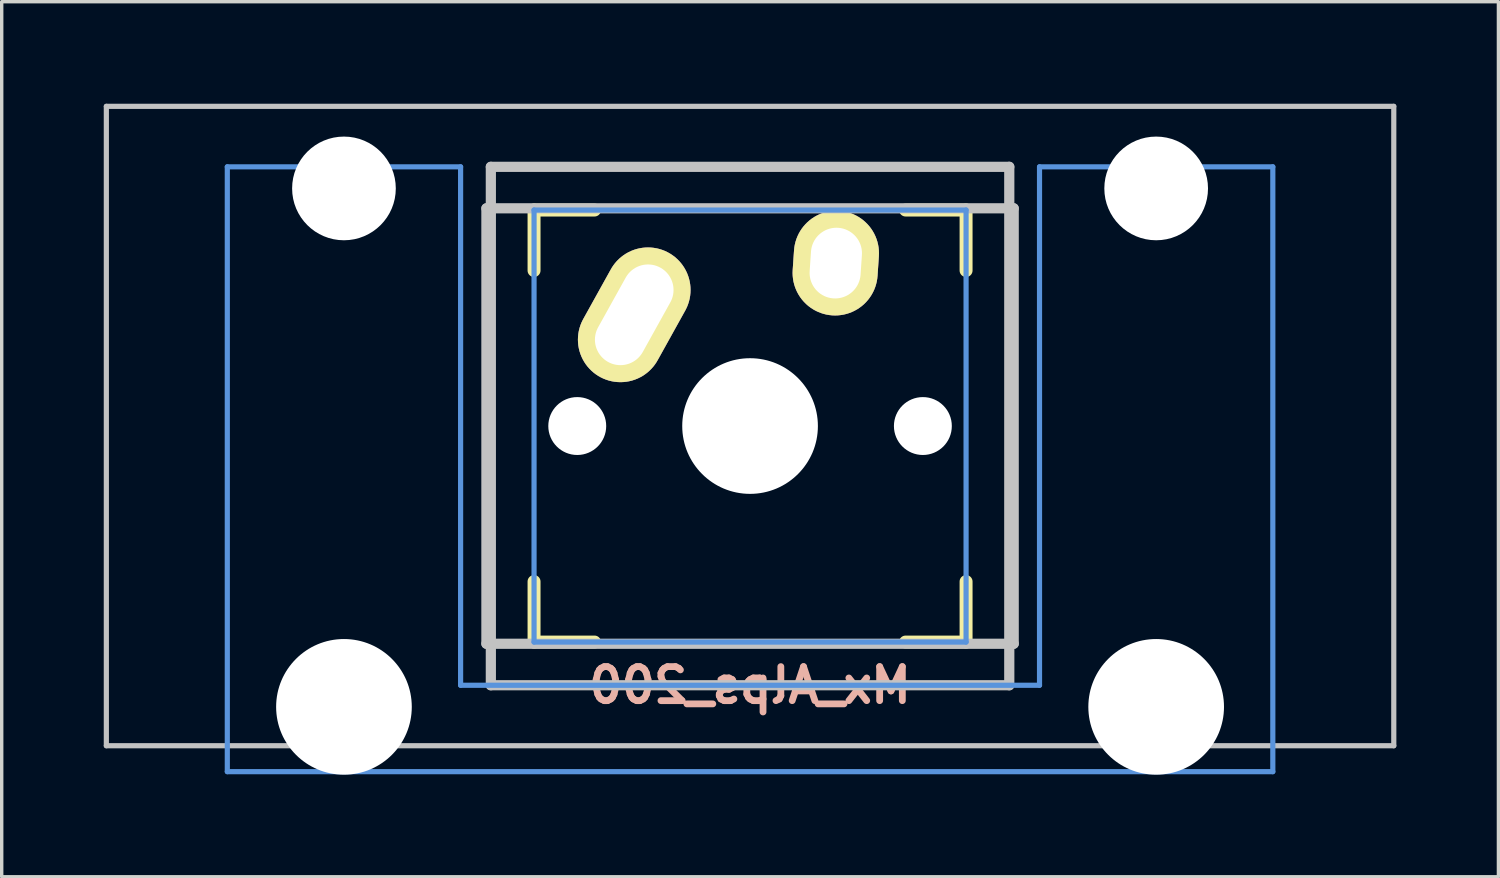
<source format=kicad_pcb>
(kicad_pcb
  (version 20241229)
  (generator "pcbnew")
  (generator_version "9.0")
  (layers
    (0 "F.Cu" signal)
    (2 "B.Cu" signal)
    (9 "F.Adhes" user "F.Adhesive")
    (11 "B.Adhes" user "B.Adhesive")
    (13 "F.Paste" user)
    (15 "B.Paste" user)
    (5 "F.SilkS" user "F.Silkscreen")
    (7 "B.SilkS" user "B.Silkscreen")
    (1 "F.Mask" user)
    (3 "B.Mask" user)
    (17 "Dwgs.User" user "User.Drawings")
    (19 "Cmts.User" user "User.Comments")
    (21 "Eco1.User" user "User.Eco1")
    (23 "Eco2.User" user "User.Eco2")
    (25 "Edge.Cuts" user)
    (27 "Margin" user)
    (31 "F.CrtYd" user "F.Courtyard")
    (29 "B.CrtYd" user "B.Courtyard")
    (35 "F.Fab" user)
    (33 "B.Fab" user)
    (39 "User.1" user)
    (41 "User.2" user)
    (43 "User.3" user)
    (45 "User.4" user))
  (footprint "Mx_Alps_200"
    (layer "F.Cu")
    (at 18.999 9.474)
    (property "Reference" "Mx_Alps_200" (at 0 7.62 0) (layer "B.SilkS") (effects (font (size 1 1) (thickness 0.2)) (justify mirror)))
    (attr through_hole)
    (fp_line (start -6.35 -6.35) (end -4.572 -6.35) (stroke (width 0.381) (type solid)) (layer "F.SilkS"))
    (fp_line (start -6.35 -4.572) (end -6.35 -6.35) (stroke (width 0.381) (type solid)) (layer "F.SilkS"))
    (fp_line (start -6.35 6.35) (end -6.35 4.572) (stroke (width 0.381) (type solid)) (layer "F.SilkS"))
    (fp_line (start -4.572 6.35) (end -6.35 6.35) (stroke (width 0.381) (type solid)) (layer "F.SilkS"))
    (fp_line (start 4.572 -6.35) (end 6.35 -6.35) (stroke (width 0.381) (type solid)) (layer "F.SilkS"))
    (fp_line (start 6.35 -6.35) (end 6.35 -4.572) (stroke (width 0.381) (type solid)) (layer "F.SilkS"))
    (fp_line (start 6.35 4.572) (end 6.35 6.35) (stroke (width 0.381) (type solid)) (layer "F.SilkS"))
    (fp_line (start 6.35 6.35) (end 4.572 6.35) (stroke (width 0.381) (type solid)) (layer "F.SilkS"))
    (fp_line (start -18.923 -9.398) (end 18.923 -9.398) (stroke (width 0.152) (type solid)) (layer "Dwgs.User"))
    (fp_line (start -18.923 9.398) (end -18.923 -9.398) (stroke (width 0.152) (type solid)) (layer "Dwgs.User"))
    (fp_line (start -7.75 6.4) (end -7.75 -6.4) (stroke (width 0.3) (type solid)) (layer "Dwgs.User"))
    (fp_line (start -7.75 6.4) (end 7.75 6.4) (stroke (width 0.3) (type solid)) (layer "Dwgs.User"))
    (fp_line (start -7.62 -7.62) (end 7.62 -7.62) (stroke (width 0.3) (type solid)) (layer "Dwgs.User"))
    (fp_line (start -7.62 7.62) (end -7.62 -7.62) (stroke (width 0.3) (type solid)) (layer "Dwgs.User"))
    (fp_line (start 7.62 -7.62) (end 7.62 7.62) (stroke (width 0.3) (type solid)) (layer "Dwgs.User"))
    (fp_line (start 7.62 7.62) (end -7.62 7.62) (stroke (width 0.3) (type solid)) (layer "Dwgs.User"))
    (fp_line (start 7.75 -6.4) (end -7.75 -6.4) (stroke (width 0.3) (type solid)) (layer "Dwgs.User"))
    (fp_line (start 7.75 6.4) (end 7.75 -6.4) (stroke (width 0.3) (type solid)) (layer "Dwgs.User"))
    (fp_line (start 18.923 -9.398) (end 18.923 9.398) (stroke (width 0.152) (type solid)) (layer "Dwgs.User"))
    (fp_line (start 18.923 9.398) (end -18.923 9.398) (stroke (width 0.152) (type solid)) (layer "Dwgs.User"))
    (fp_line (start -15.367 -7.62) (end -15.367 10.16) (stroke (width 0.152) (type solid)) (layer "Cmts.User"))
    (fp_line (start -15.367 10.16) (end 15.367 10.16) (stroke (width 0.152) (type solid)) (layer "Cmts.User"))
    (fp_line (start -8.509 -7.62) (end -15.367 -7.62) (stroke (width 0.152) (type solid)) (layer "Cmts.User"))
    (fp_line (start -8.509 7.62) (end -8.509 -7.62) (stroke (width 0.152) (type solid)) (layer "Cmts.User"))
    (fp_line (start -6.35 -6.35) (end 6.35 -6.35) (stroke (width 0.152) (type solid)) (layer "Cmts.User"))
    (fp_line (start -6.35 6.35) (end -6.35 -6.35) (stroke (width 0.152) (type solid)) (layer "Cmts.User"))
    (fp_line (start 6.35 -6.35) (end 6.35 6.35) (stroke (width 0.152) (type solid)) (layer "Cmts.User"))
    (fp_line (start 6.35 6.35) (end -6.35 6.35) (stroke (width 0.152) (type solid)) (layer "Cmts.User"))
    (fp_line (start 8.509 -7.62) (end 8.509 7.62) (stroke (width 0.152) (type solid)) (layer "Cmts.User"))
    (fp_line (start 8.509 7.62) (end -8.509 7.62) (stroke (width 0.152) (type solid)) (layer "Cmts.User"))
    (fp_line (start 15.367 -7.62) (end 8.509 -7.62) (stroke (width 0.152) (type solid)) (layer "Cmts.User"))
    (fp_line (start 15.367 10.16) (end 15.367 -7.62) (stroke (width 0.152) (type solid)) (layer "Cmts.User"))
    (fp_line (start -16.129 -2.286) (end -15.265 -2.286) (stroke (width 0.152) (type solid)) (layer "Eco2.User"))
    (fp_line (start -16.129 0.508) (end -16.129 -2.286) (stroke (width 0.152) (type solid)) (layer "Eco2.User"))
    (fp_line (start -15.265 -5.69) (end -8.611 -5.69) (stroke (width 0.152) (type solid)) (layer "Eco2.User"))
    (fp_line (start -15.265 -2.286) (end -15.265 -5.69) (stroke (width 0.152) (type solid)) (layer "Eco2.User"))
    (fp_line (start -15.265 0.508) (end -16.129 0.508) (stroke (width 0.152) (type solid)) (layer "Eco2.User"))
    (fp_line (start -15.265 6.604) (end -15.265 0.508) (stroke (width 0.152) (type solid)) (layer "Eco2.User"))
    (fp_line (start -14.224 6.604) (end -15.265 6.604) (stroke (width 0.152) (type solid)) (layer "Eco2.User"))
    (fp_line (start -14.224 7.772) (end -14.224 6.604) (stroke (width 0.152) (type solid)) (layer "Eco2.User"))
    (fp_line (start -9.652 6.604) (end -9.652 7.772) (stroke (width 0.152) (type solid)) (layer "Eco2.User"))
    (fp_line (start -9.652 7.772) (end -14.224 7.772) (stroke (width 0.152) (type solid)) (layer "Eco2.User"))
    (fp_line (start -8.611 -5.69) (end -8.611 -4.877) (stroke (width 0.152) (type solid)) (layer "Eco2.User"))
    (fp_line (start -8.611 -4.877) (end -6.985 -4.877) (stroke (width 0.152) (type solid)) (layer "Eco2.User"))
    (fp_line (start -8.611 5.817) (end -8.611 6.604) (stroke (width 0.152) (type solid)) (layer "Eco2.User"))
    (fp_line (start -8.611 6.604) (end -9.652 6.604) (stroke (width 0.152) (type solid)) (layer "Eco2.User"))
    (fp_line (start -6.985 -6.985) (end 6.985 -6.985) (stroke (width 0.152) (type solid)) (layer "Eco2.User"))
    (fp_line (start -6.985 -4.877) (end -6.985 -6.985) (stroke (width 0.152) (type solid)) (layer "Eco2.User"))
    (fp_line (start -6.985 5.817) (end -8.611 5.817) (stroke (width 0.152) (type solid)) (layer "Eco2.User"))
    (fp_line (start -6.985 6.985) (end -6.985 5.817) (stroke (width 0.152) (type solid)) (layer "Eco2.User"))
    (fp_line (start 6.985 -6.985) (end 6.985 -4.877) (stroke (width 0.152) (type solid)) (layer "Eco2.User"))
    (fp_line (start 6.985 -4.877) (end 8.611 -4.877) (stroke (width 0.152) (type solid)) (layer "Eco2.User"))
    (fp_line (start 6.985 5.817) (end 6.985 6.985) (stroke (width 0.152) (type solid)) (layer "Eco2.User"))
    (fp_line (start 6.985 6.985) (end -6.985 6.985) (stroke (width 0.152) (type solid)) (layer "Eco2.User"))
    (fp_line (start 8.611 -5.69) (end 15.265 -5.69) (stroke (width 0.152) (type solid)) (layer "Eco2.User"))
    (fp_line (start 8.611 -4.877) (end 8.611 -5.69) (stroke (width 0.152) (type solid)) (layer "Eco2.User"))
    (fp_line (start 8.611 5.817) (end 6.985 5.817) (stroke (width 0.152) (type solid)) (layer "Eco2.User"))
    (fp_line (start 8.611 6.604) (end 8.611 5.817) (stroke (width 0.152) (type solid)) (layer "Eco2.User"))
    (fp_line (start 9.652 6.604) (end 8.611 6.604) (stroke (width 0.152) (type solid)) (layer "Eco2.User"))
    (fp_line (start 9.652 7.772) (end 9.652 6.604) (stroke (width 0.152) (type solid)) (layer "Eco2.User"))
    (fp_line (start 14.224 6.604) (end 14.224 7.772) (stroke (width 0.152) (type solid)) (layer "Eco2.User"))
    (fp_line (start 14.224 7.772) (end 9.652 7.772) (stroke (width 0.152) (type solid)) (layer "Eco2.User"))
    (fp_line (start 15.265 -5.69) (end 15.265 -2.286) (stroke (width 0.152) (type solid)) (layer "Eco2.User"))
    (fp_line (start 15.265 -2.286) (end 16.129 -2.286) (stroke (width 0.152) (type solid)) (layer "Eco2.User"))
    (fp_line (start 15.265 0.508) (end 15.265 6.604) (stroke (width 0.152) (type solid)) (layer "Eco2.User"))
    (fp_line (start 15.265 6.604) (end 14.224 6.604) (stroke (width 0.152) (type solid)) (layer "Eco2.User"))
    (fp_line (start 16.129 -2.286) (end 16.129 0.508) (stroke (width 0.152) (type solid)) (layer "Eco2.User"))
    (fp_line (start 16.129 0.508) (end 15.265 0.508) (stroke (width 0.152) (type solid)) (layer "Eco2.User"))
    (pad "" np_thru_hole circle (at -11.938 -6.985) (size 3.048 3.048) (drill 3.048) (layers "*.Cu"))
    (pad "" np_thru_hole circle (at -11.938 8.255) (size 3.988 3.988) (drill 3.988) (layers "*.Cu"))
    (pad "" np_thru_hole circle (at -5.08 0) (size 1.702 1.702) (drill 1.702) (layers "*.Cu"))
    (pad "" np_thru_hole circle (at 0 0) (size 3.988 3.988) (drill 3.988) (layers "*.Cu"))
    (pad "" np_thru_hole circle (at 5.08 0) (size 1.702 1.702) (drill 1.702) (layers "*.Cu"))
    (pad "" np_thru_hole circle (at 11.938 -6.985) (size 3.048 3.048) (drill 3.048) (layers "*.Cu"))
    (pad "" np_thru_hole circle (at 11.938 8.255) (size 3.988 3.988) (drill 3.988) (layers "*.Cu"))
    (pad "1" thru_hole oval (at -3.405 -3.27 330.95) (size 2.5 4.17) (drill oval 1.5 3.17) (layers "*.Cu" "*.Mask" "F.SilkS"))
    (pad "2" thru_hole oval (at 2.52 -4.79 356.1) (size 2.5 3.08) (drill oval 1.5 2.08) (layers "*.Cu" "*.Mask" "F.SilkS")))
  (gr_rect
    (start -3 -3)
    (end 40.998 22.723)
    (stroke (width 0.1) (type default))
    (fill no)
    (layer "Edge.Cuts")))
</source>
